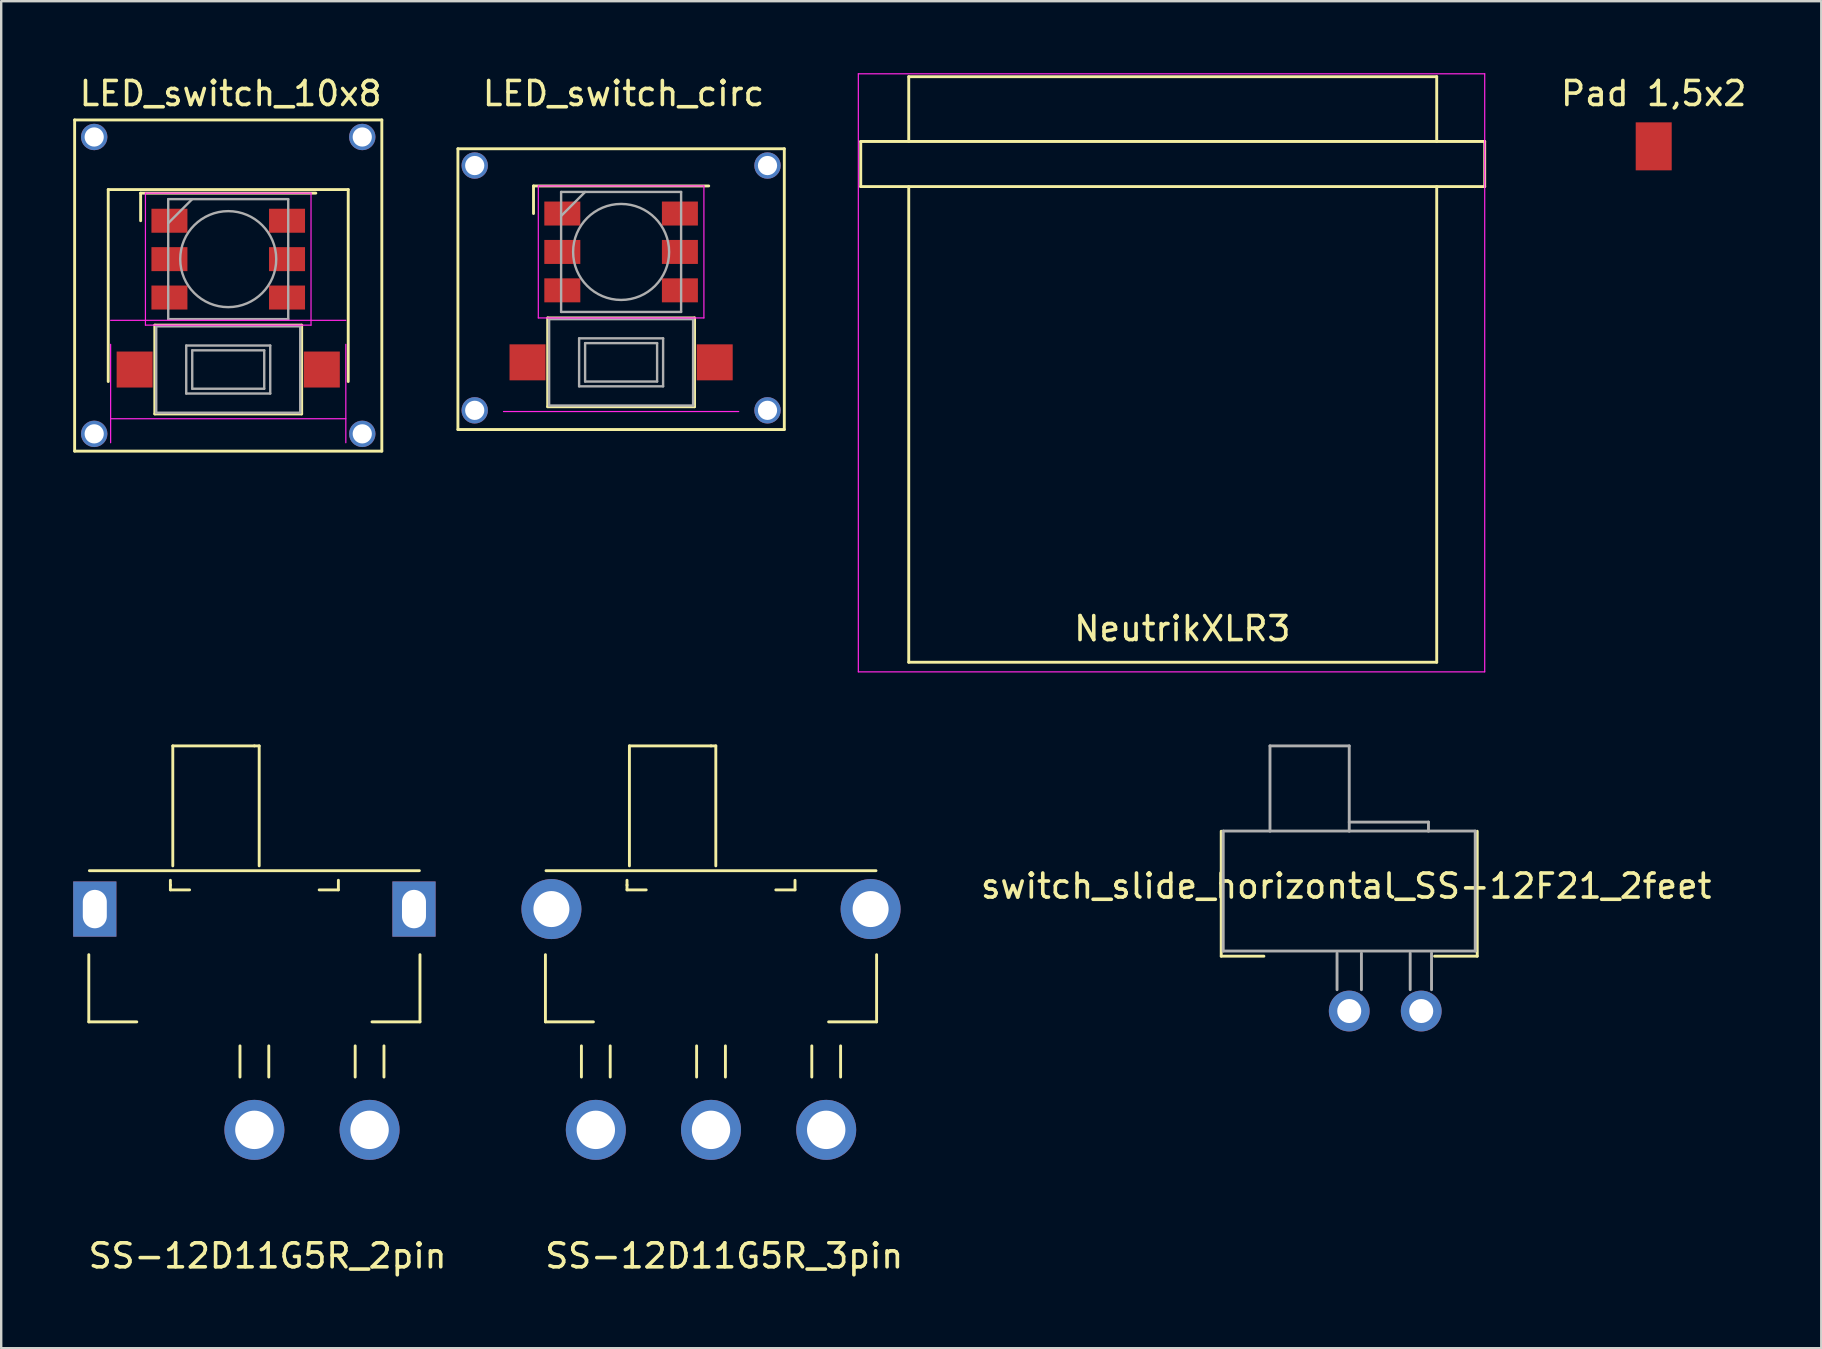
<source format=kicad_pcb>
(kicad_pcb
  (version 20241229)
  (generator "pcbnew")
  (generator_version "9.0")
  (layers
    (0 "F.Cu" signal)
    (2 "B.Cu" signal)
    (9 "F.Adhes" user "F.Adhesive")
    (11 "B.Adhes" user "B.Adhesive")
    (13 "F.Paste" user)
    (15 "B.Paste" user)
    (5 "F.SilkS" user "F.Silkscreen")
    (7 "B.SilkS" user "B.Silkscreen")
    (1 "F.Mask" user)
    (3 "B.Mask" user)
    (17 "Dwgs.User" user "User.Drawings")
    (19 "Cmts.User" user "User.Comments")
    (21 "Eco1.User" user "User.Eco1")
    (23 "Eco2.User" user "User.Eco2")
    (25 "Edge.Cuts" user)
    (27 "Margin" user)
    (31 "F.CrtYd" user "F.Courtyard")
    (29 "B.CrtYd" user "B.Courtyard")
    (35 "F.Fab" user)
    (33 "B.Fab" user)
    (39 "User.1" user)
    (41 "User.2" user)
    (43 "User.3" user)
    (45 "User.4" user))
  (footprint "Pad 1,5x2"
    (layer "F.Cu")
    (at 65.858 3.048)
    (property "Reference" "Pad 1,5x2" (at 0 -2.2 0) (layer "F.SilkS") (effects (font (size 1 1) (thickness 0.15))))
    (attr through_hole)
    (pad "1" smd rect (at 0 0) (size 1.5 2) (layers "F.Cu" "F.Mask" "F.Paste")))
  (footprint "SS-12D11G5R_2pin"
    (layer "F.Cu")
    (at 7.55 44.03)
    (property "Reference" "SS-12D11G5R_2pin" (at 0.55 5.25 0) (layer "F.SilkS") (effects (font (size 1 1) (thickness 0.15))))
    (attr through_hole)
    (fp_line (start -6.9 -7.3) (end -6.9 -4.5) (stroke (width 0.12) (type solid)) (layer "F.SilkS"))
    (fp_line (start -6.9 -4.5) (end -4.9 -4.5) (stroke (width 0.12) (type solid)) (layer "F.SilkS"))
    (fp_line (start -6.875 -10.8) (end 6.875 -10.8) (stroke (width 0.12) (type solid)) (layer "F.SilkS"))
    (fp_line (start -3.5 -10.2) (end -3.5 -10.4) (stroke (width 0.12) (type solid)) (layer "F.SilkS"))
    (fp_line (start -3.5 -10) (end -3.5 -10.2) (stroke (width 0.12) (type solid)) (layer "F.SilkS"))
    (fp_line (start -3.5 -10) (end -2.7 -10) (stroke (width 0.12) (type solid)) (layer "F.SilkS"))
    (fp_line (start -3.4 -16) (end 0 -16) (stroke (width 0.12) (type solid)) (layer "F.SilkS"))
    (fp_line (start -3.4 -11) (end -3.4 -16) (stroke (width 0.12) (type solid)) (layer "F.SilkS"))
    (fp_line (start -0.6 -3.5) (end -0.6 -2.2) (stroke (width 0.12) (type solid)) (layer "F.SilkS"))
    (fp_line (start 0 -16) (end 0.2 -16) (stroke (width 0.12) (type solid)) (layer "F.SilkS"))
    (fp_line (start 0.2 -16) (end 0.2 -11) (stroke (width 0.12) (type solid)) (layer "F.SilkS"))
    (fp_line (start 0.6 -3.5) (end 0.6 -2.2) (stroke (width 0.12) (type solid)) (layer "F.SilkS"))
    (fp_line (start 3.5 -10) (end 2.7 -10) (stroke (width 0.12) (type solid)) (layer "F.SilkS"))
    (fp_line (start 3.5 -10) (end 3.5 -10.4) (stroke (width 0.12) (type solid)) (layer "F.SilkS"))
    (fp_line (start 4.2 -3.5) (end 4.2 -2.2) (stroke (width 0.12) (type solid)) (layer "F.SilkS"))
    (fp_line (start 5.4 -3.5) (end 5.4 -2.2) (stroke (width 0.12) (type solid)) (layer "F.SilkS"))
    (fp_line (start 6.9 -7.3) (end 6.9 -4.5) (stroke (width 0.12) (type solid)) (layer "F.SilkS"))
    (fp_line (start 6.9 -4.5) (end 4.9 -4.5) (stroke (width 0.12) (type solid)) (layer "F.SilkS"))
    (pad "" thru_hole rect (at -6.65 -9.2) (size 1.8 2.3) (drill oval 1 1.6) (layers "*.Cu" "*.Mask"))
    (pad "" thru_hole rect (at 6.65 -9.2) (size 1.8 2.3) (drill oval 1 1.6) (layers "*.Cu" "*.Mask"))
    (pad "1" thru_hole circle (at 0 0) (size 2.5 2.5) (drill 1.6) (layers "*.Cu" "*.Mask"))
    (pad "2" thru_hole circle (at 4.8 0) (size 2.5 2.5) (drill 1.6) (layers "*.Cu" "*.Mask")))
  (footprint "NeutrikXLR3"
    (layer "F.Cu")
    (at 45.816 2.845)
    (property "Reference" "NeutrikXLR3" (at 0.4 20.3 180) (layer "F.SilkS") (effects (font (size 1 1) (thickness 0.15))))
    (attr through_hole)
    (fp_line (start -13 0) (end -13 1.88) (stroke (width 0.12) (type solid)) (layer "F.SilkS"))
    (fp_line (start -13 1.88) (end 13 1.88) (stroke (width 0.12) (type solid)) (layer "F.SilkS"))
    (fp_line (start -11 -2.7) (end -11 0) (stroke (width 0.12) (type solid)) (layer "F.SilkS"))
    (fp_line (start -11 21.7) (end -11 1.88) (stroke (width 0.12) (type solid)) (layer "F.SilkS"))
    (fp_line (start 11 -2.7) (end -11 -2.7) (stroke (width 0.12) (type solid)) (layer "F.SilkS"))
    (fp_line (start 11 0) (end 11 -2.7) (stroke (width 0.12) (type solid)) (layer "F.SilkS"))
    (fp_line (start 11 21.7) (end -11 21.7) (stroke (width 0.12) (type solid)) (layer "F.SilkS"))
    (fp_line (start 11 21.7) (end 11 1.88) (stroke (width 0.12) (type solid)) (layer "F.SilkS"))
    (fp_line (start 13 0) (end -13 0) (stroke (width 0.12) (type solid)) (layer "F.SilkS"))
    (fp_line (start 13 1.88) (end 13 0) (stroke (width 0.12) (type solid)) (layer "F.SilkS"))
    (fp_line (start -13.1 -2.82) (end -13.1 22.1) (stroke (width 0.05) (type solid)) (layer "F.CrtYd"))
    (fp_line (start -13.1 -2.82) (end 13 -2.82) (stroke (width 0.05) (type solid)) (layer "F.CrtYd"))
    (fp_line (start 13 22.1) (end -13.1 22.1) (stroke (width 0.05) (type solid)) (layer "F.CrtYd"))
    (fp_line (start 13 22.1) (end 13 -2.82) (stroke (width 0.05) (type solid)) (layer "F.CrtYd")))
  (footprint "LED_switch_10x8"
    (layer "F.Cu")
    (at 6.46 8.848)
    (property "Reference" "LED_switch_10x8" (at 0.1 -8 0) (layer "F.SilkS") (effects (font (size 1 1) (thickness 0.15))))
    (attr through_hole)
    (fp_line (start -6.4 -6.9) (end 6.4 -6.9) (stroke (width 0.12) (type solid)) (layer "F.SilkS"))
    (fp_line (start -6.4 6.9) (end -6.4 -6.9) (stroke (width 0.12) (type solid)) (layer "F.SilkS"))
    (fp_line (start -5 -4) (end 5 -4) (stroke (width 0.12) (type solid)) (layer "F.SilkS"))
    (fp_line (start -5 4) (end -5 -4) (stroke (width 0.12) (type solid)) (layer "F.SilkS"))
    (fp_line (start -3.65 -3.85) (end 3.65 -3.85) (stroke (width 0.12) (type solid)) (layer "F.SilkS"))
    (fp_line (start -3.65 -2.7) (end -3.65 -3.85) (stroke (width 0.12) (type solid)) (layer "F.SilkS"))
    (fp_line (start -3.06 1.65) (end 3.06 1.65) (stroke (width 0.12) (type solid)) (layer "F.SilkS"))
    (fp_line (start -3.06 5.35) (end -3.06 1.65) (stroke (width 0.12) (type solid)) (layer "F.SilkS"))
    (fp_line (start 3.06 1.65) (end 3.06 5.35) (stroke (width 0.12) (type solid)) (layer "F.SilkS"))
    (fp_line (start 3.06 5.35) (end -3.06 5.35) (stroke (width 0.12) (type solid)) (layer "F.SilkS"))
    (fp_line (start 5 -4) (end 5 4) (stroke (width 0.12) (type solid)) (layer "F.SilkS"))
    (fp_line (start 6.4 -6.9) (end 6.4 6.9) (stroke (width 0.12) (type solid)) (layer "F.SilkS"))
    (fp_line (start 6.4 6.9) (end -6.4 6.9) (stroke (width 0.12) (type solid)) (layer "F.SilkS"))
    (fp_line (start -4.9 1.45) (end 4.9 1.45) (stroke (width 0.05) (type solid)) (layer "F.CrtYd"))
    (fp_line (start -4.9 6.55) (end -4.9 2.45) (stroke (width 0.05) (type solid)) (layer "F.CrtYd"))
    (fp_line (start -3.45 -3.85) (end -3.45 1.65) (stroke (width 0.05) (type solid)) (layer "F.CrtYd"))
    (fp_line (start -3.45 1.65) (end 3.45 1.65) (stroke (width 0.05) (type solid)) (layer "F.CrtYd"))
    (fp_line (start 3.45 -3.85) (end -3.45 -3.85) (stroke (width 0.05) (type solid)) (layer "F.CrtYd"))
    (fp_line (start 3.45 1.65) (end 3.45 -3.85) (stroke (width 0.05) (type solid)) (layer "F.CrtYd"))
    (fp_line (start 4.9 2.45) (end 4.9 6.55) (stroke (width 0.05) (type solid)) (layer "F.CrtYd"))
    (fp_line (start 4.9 5.55) (end -4.9 5.55) (stroke (width 0.05) (type solid)) (layer "F.CrtYd"))
    (fp_line (start -3 1.7) (end -3 5.3) (stroke (width 0.1) (type solid)) (layer "F.Fab"))
    (fp_line (start -3 1.7) (end 3 1.7) (stroke (width 0.1) (type solid)) (layer "F.Fab"))
    (fp_line (start -3 5.3) (end 3 5.3) (stroke (width 0.1) (type solid)) (layer "F.Fab"))
    (fp_line (start -2.5 -3.6) (end 2.5 -3.6) (stroke (width 0.1) (type solid)) (layer "F.Fab"))
    (fp_line (start -2.5 -2.6) (end -1.5 -3.6) (stroke (width 0.1) (type solid)) (layer "F.Fab"))
    (fp_line (start -2.5 1.4) (end -2.5 -3.6) (stroke (width 0.1) (type solid)) (layer "F.Fab"))
    (fp_line (start -1.75 2.5) (end 1.75 2.5) (stroke (width 0.1) (type solid)) (layer "F.Fab"))
    (fp_line (start -1.75 4.5) (end -1.75 2.5) (stroke (width 0.1) (type solid)) (layer "F.Fab"))
    (fp_line (start -1.5 2.7) (end -1.5 4.3) (stroke (width 0.1) (type solid)) (layer "F.Fab"))
    (fp_line (start -1.5 2.7) (end 1.5 2.7) (stroke (width 0.1) (type solid)) (layer "F.Fab"))
    (fp_line (start -1.5 4.3) (end 1.5 4.3) (stroke (width 0.1) (type solid)) (layer "F.Fab"))
    (fp_line (start 1.5 2.7) (end 1.5 4.3) (stroke (width 0.1) (type solid)) (layer "F.Fab"))
    (fp_line (start 1.75 2.5) (end 1.75 4.5) (stroke (width 0.1) (type solid)) (layer "F.Fab"))
    (fp_line (start 1.75 4.5) (end -1.75 4.5) (stroke (width 0.1) (type solid)) (layer "F.Fab"))
    (fp_line (start 2.5 -3.6) (end 2.5 1.4) (stroke (width 0.1) (type solid)) (layer "F.Fab"))
    (fp_line (start 2.5 1.4) (end -2.5 1.4) (stroke (width 0.1) (type solid)) (layer "F.Fab"))
    (fp_line (start 3 1.7) (end 3 5.3) (stroke (width 0.1) (type solid)) (layer "F.Fab"))
    (fp_circle (center 0 -1.1) (end 0 -3.1) (stroke (width 0.1) (type solid)) (fill no) (layer "F.Fab"))
    (pad "" thru_hole circle (at -5.585 -6.19) (size 1.1 1.1) (drill 0.8) (layers "*.Cu" "*.Mask"))
    (pad "" thru_hole circle (at -5.585 6.18) (size 1.1 1.1) (drill 0.8) (layers "*.Cu" "*.Mask"))
    (pad "" thru_hole circle (at 5.585 -6.19) (size 1.1 1.1) (drill 0.8) (layers "*.Cu" "*.Mask"))
    (pad "" thru_hole circle (at 5.585 6.18) (size 1.1 1.1) (drill 0.8) (layers "*.Cu" "*.Mask"))
    (pad "1" smd rect (at -2.45 -2.7) (size 1.5 1) (layers "F.Cu" "F.Mask" "F.Paste"))
    (pad "2" smd rect (at -2.45 -1.1) (size 1.5 1) (layers "F.Cu" "F.Mask" "F.Paste"))
    (pad "3" smd rect (at -2.45 0.5) (size 1.5 1) (layers "F.Cu" "F.Mask" "F.Paste"))
    (pad "4" smd rect (at 2.45 0.5) (size 1.5 1) (layers "F.Cu" "F.Mask" "F.Paste"))
    (pad "5" smd rect (at 2.45 -1.1) (size 1.5 1) (layers "F.Cu" "F.Mask" "F.Paste"))
    (pad "6" smd rect (at 2.45 -2.7) (size 1.5 1) (layers "F.Cu" "F.Mask" "F.Paste"))
    (pad "7" smd rect (at -3.9 3.5) (size 1.5 1.5) (layers "F.Cu" "F.Mask" "F.Paste"))
    (pad "8" smd rect (at 3.9 3.5) (size 1.5 1.5) (layers "F.Cu" "F.Mask" "F.Paste")))
  (footprint "switch_slide_horizontal_SS-12F21_2feet"
    (layer "F.Cu")
    (at 53.171 39.079)
    (property "Reference" "switch_slide_horizontal_SS-12F21_2feet" (at -0.127 -5.207 0) (layer "F.SilkS") (effects (font (size 1 1) (thickness 0.15))))
    (attr through_hole)
    (fp_line (start -5.334 -7.493) (end -5.334 -2.286) (stroke (width 0.12) (type solid)) (layer "F.SilkS"))
    (fp_line (start -5.334 -2.286) (end -3.556 -2.286) (stroke (width 0.12) (type solid)) (layer "F.SilkS"))
    (fp_line (start 5.334 -7.493) (end 5.334 -2.286) (stroke (width 0.12) (type solid)) (layer "F.SilkS"))
    (fp_line (start 5.334 -2.286) (end 3.556 -2.286) (stroke (width 0.12) (type solid)) (layer "F.SilkS"))
    (fp_line (start -5.25 -7.5) (end -5.25 -2.5) (stroke (width 0.12) (type solid)) (layer "F.Fab"))
    (fp_line (start -5.25 -7.5) (end 5.25 -7.5) (stroke (width 0.12) (type solid)) (layer "F.Fab"))
    (fp_line (start -5.25 -2.5) (end 5.25 -2.5) (stroke (width 0.12) (type solid)) (layer "F.Fab"))
    (fp_line (start -3.302 -11.049) (end 0 -11.049) (stroke (width 0.12) (type solid)) (layer "F.Fab"))
    (fp_line (start -3.302 -7.493) (end -3.302 -11.049) (stroke (width 0.12) (type solid)) (layer "F.Fab"))
    (fp_line (start -0.508 -2.413) (end -0.508 -0.889) (stroke (width 0.12) (type solid)) (layer "F.Fab"))
    (fp_line (start 0 -11.049) (end 0 -7.493) (stroke (width 0.12) (type solid)) (layer "F.Fab"))
    (fp_line (start 0.508 -2.413) (end 0.508 -0.889) (stroke (width 0.12) (type solid)) (layer "F.Fab"))
    (fp_line (start 2.54 -2.413) (end 2.54 -0.889) (stroke (width 0.12) (type solid)) (layer "F.Fab"))
    (fp_line (start 3.302 -7.874) (end 0 -7.874) (stroke (width 0.12) (type solid)) (layer "F.Fab"))
    (fp_line (start 3.302 -7.493) (end 3.302 -7.874) (stroke (width 0.12) (type solid)) (layer "F.Fab"))
    (fp_line (start 3.429 -2.413) (end 3.429 -0.889) (stroke (width 0.12) (type solid)) (layer "F.Fab"))
    (fp_line (start 5.25 -7.5) (end 5.25 -2.5) (stroke (width 0.12) (type solid)) (layer "F.Fab"))
    (pad "2" thru_hole circle (at 0 0) (size 1.7 1.7) (drill 1) (layers "*.Cu" "*.Mask"))
    (pad "3" thru_hole circle (at 3 0) (size 1.7 1.7) (drill 1) (layers "*.Cu" "*.Mask")))
  (footprint "SS-12D11G5R_3pin"
    (layer "F.Cu")
    (at 26.577 44.03)
    (property "Reference" "SS-12D11G5R_3pin" (at 0.55 5.25 0) (layer "F.SilkS") (effects (font (size 1 1) (thickness 0.15))))
    (attr through_hole)
    (fp_line (start -6.9 -7.3) (end -6.9 -4.5) (stroke (width 0.12) (type solid)) (layer "F.SilkS"))
    (fp_line (start -6.9 -4.5) (end -4.9 -4.5) (stroke (width 0.12) (type solid)) (layer "F.SilkS"))
    (fp_line (start -6.875 -10.8) (end 6.875 -10.8) (stroke (width 0.12) (type solid)) (layer "F.SilkS"))
    (fp_line (start -5.4 -3.5) (end -5.4 -2.2) (stroke (width 0.12) (type solid)) (layer "F.SilkS"))
    (fp_line (start -4.2 -3.5) (end -4.2 -2.2) (stroke (width 0.12) (type solid)) (layer "F.SilkS"))
    (fp_line (start -3.5 -10.2) (end -3.5 -10.4) (stroke (width 0.12) (type solid)) (layer "F.SilkS"))
    (fp_line (start -3.5 -10) (end -3.5 -10.2) (stroke (width 0.12) (type solid)) (layer "F.SilkS"))
    (fp_line (start -3.5 -10) (end -2.7 -10) (stroke (width 0.12) (type solid)) (layer "F.SilkS"))
    (fp_line (start -3.4 -16) (end 0 -16) (stroke (width 0.12) (type solid)) (layer "F.SilkS"))
    (fp_line (start -3.4 -11) (end -3.4 -16) (stroke (width 0.12) (type solid)) (layer "F.SilkS"))
    (fp_line (start -0.6 -3.5) (end -0.6 -2.2) (stroke (width 0.12) (type solid)) (layer "F.SilkS"))
    (fp_line (start 0 -16) (end 0.2 -16) (stroke (width 0.12) (type solid)) (layer "F.SilkS"))
    (fp_line (start 0.2 -16) (end 0.2 -11) (stroke (width 0.12) (type solid)) (layer "F.SilkS"))
    (fp_line (start 0.6 -3.5) (end 0.6 -2.2) (stroke (width 0.12) (type solid)) (layer "F.SilkS"))
    (fp_line (start 3.5 -10) (end 2.7 -10) (stroke (width 0.12) (type solid)) (layer "F.SilkS"))
    (fp_line (start 3.5 -10) (end 3.5 -10.4) (stroke (width 0.12) (type solid)) (layer "F.SilkS"))
    (fp_line (start 4.2 -3.5) (end 4.2 -2.2) (stroke (width 0.12) (type solid)) (layer "F.SilkS"))
    (fp_line (start 5.4 -3.5) (end 5.4 -2.2) (stroke (width 0.12) (type solid)) (layer "F.SilkS"))
    (fp_line (start 6.9 -7.3) (end 6.9 -4.5) (stroke (width 0.12) (type solid)) (layer "F.SilkS"))
    (fp_line (start 6.9 -4.5) (end 4.9 -4.5) (stroke (width 0.12) (type solid)) (layer "F.SilkS"))
    (pad "" thru_hole circle (at -6.65 -9.2) (size 2.5 2.5) (drill 1.5) (layers "*.Cu" "*.Mask"))
    (pad "" thru_hole circle (at 6.65 -9.2) (size 2.5 2.5) (drill 1.5) (layers "*.Cu" "*.Mask"))
    (pad "1" thru_hole circle (at -4.8 0) (size 2.5 2.5) (drill 1.6) (layers "*.Cu" "*.Mask"))
    (pad "2" thru_hole circle (at 0 0) (size 2.5 2.5) (drill 1.6) (layers "*.Cu" "*.Mask"))
    (pad "3" thru_hole circle (at 4.8 0) (size 2.5 2.5) (drill 1.6) (layers "*.Cu" "*.Mask")))
  (footprint "LED_switch_circ"
    (layer "F.Cu")
    (at 22.831 7.448)
    (property "Reference" "LED_switch_circ" (at 0.1 -6.6 0) (layer "F.SilkS") (effects (font (size 1 1) (thickness 0.15))))
    (attr through_hole)
    (fp_line (start -6.8 -4.3) (end 6.8 -4.3) (stroke (width 0.12) (type solid)) (layer "F.SilkS"))
    (fp_line (start -6.8 7.4) (end -6.8 -4.3) (stroke (width 0.12) (type solid)) (layer "F.SilkS"))
    (fp_line (start -3.65 -2.75) (end 3.65 -2.75) (stroke (width 0.12) (type solid)) (layer "F.SilkS"))
    (fp_line (start -3.65 -1.6) (end -3.65 -2.75) (stroke (width 0.12) (type solid)) (layer "F.SilkS"))
    (fp_line (start -3.06 2.75) (end 3.06 2.75) (stroke (width 0.12) (type solid)) (layer "F.SilkS"))
    (fp_line (start -3.06 6.45) (end -3.06 2.75) (stroke (width 0.12) (type solid)) (layer "F.SilkS"))
    (fp_line (start 3.06 2.75) (end 3.06 6.45) (stroke (width 0.12) (type solid)) (layer "F.SilkS"))
    (fp_line (start 3.06 6.45) (end -3.06 6.45) (stroke (width 0.12) (type solid)) (layer "F.SilkS"))
    (fp_line (start 6.8 -4.3) (end 6.8 7.4) (stroke (width 0.12) (type solid)) (layer "F.SilkS"))
    (fp_line (start 6.8 7.4) (end -6.8 7.4) (stroke (width 0.12) (type solid)) (layer "F.SilkS"))
    (fp_line (start -3.45 -2.75) (end -3.45 2.75) (stroke (width 0.05) (type solid)) (layer "F.CrtYd"))
    (fp_line (start -3.45 2.75) (end 3.45 2.75) (stroke (width 0.05) (type solid)) (layer "F.CrtYd"))
    (fp_line (start 3.45 -2.75) (end -3.45 -2.75) (stroke (width 0.05) (type solid)) (layer "F.CrtYd"))
    (fp_line (start 3.45 2.75) (end 3.45 -2.75) (stroke (width 0.05) (type solid)) (layer "F.CrtYd"))
    (fp_line (start 4.9 6.65) (end -4.9 6.65) (stroke (width 0.05) (type solid)) (layer "F.CrtYd"))
    (fp_line (start -3 2.8) (end -3 6.4) (stroke (width 0.1) (type solid)) (layer "F.Fab"))
    (fp_line (start -3 2.8) (end 3 2.8) (stroke (width 0.1) (type solid)) (layer "F.Fab"))
    (fp_line (start -3 6.4) (end 3 6.4) (stroke (width 0.1) (type solid)) (layer "F.Fab"))
    (fp_line (start -2.5 -2.5) (end 2.5 -2.5) (stroke (width 0.1) (type solid)) (layer "F.Fab"))
    (fp_line (start -2.5 -1.5) (end -1.5 -2.5) (stroke (width 0.1) (type solid)) (layer "F.Fab"))
    (fp_line (start -2.5 2.5) (end -2.5 -2.5) (stroke (width 0.1) (type solid)) (layer "F.Fab"))
    (fp_line (start -1.75 3.6) (end 1.75 3.6) (stroke (width 0.1) (type solid)) (layer "F.Fab"))
    (fp_line (start -1.75 5.6) (end -1.75 3.6) (stroke (width 0.1) (type solid)) (layer "F.Fab"))
    (fp_line (start -1.5 3.8) (end -1.5 5.4) (stroke (width 0.1) (type solid)) (layer "F.Fab"))
    (fp_line (start -1.5 3.8) (end 1.5 3.8) (stroke (width 0.1) (type solid)) (layer "F.Fab"))
    (fp_line (start -1.5 5.4) (end 1.5 5.4) (stroke (width 0.1) (type solid)) (layer "F.Fab"))
    (fp_line (start 1.5 3.8) (end 1.5 5.4) (stroke (width 0.1) (type solid)) (layer "F.Fab"))
    (fp_line (start 1.75 3.6) (end 1.75 5.6) (stroke (width 0.1) (type solid)) (layer "F.Fab"))
    (fp_line (start 1.75 5.6) (end -1.75 5.6) (stroke (width 0.1) (type solid)) (layer "F.Fab"))
    (fp_line (start 2.5 -2.5) (end 2.5 2.5) (stroke (width 0.1) (type solid)) (layer "F.Fab"))
    (fp_line (start 2.5 2.5) (end -2.5 2.5) (stroke (width 0.1) (type solid)) (layer "F.Fab"))
    (fp_line (start 3 2.8) (end 3 6.4) (stroke (width 0.1) (type solid)) (layer "F.Fab"))
    (fp_circle (center 0 0) (end 0 -2) (stroke (width 0.1) (type solid)) (fill no) (layer "F.Fab"))
    (pad "" thru_hole circle (at -6.1 -3.6) (size 1.1 1.1) (drill 0.8) (layers "*.Cu" "*.Mask"))
    (pad "" thru_hole circle (at -6.1 6.6) (size 1.1 1.1) (drill 0.8) (layers "*.Cu" "*.Mask"))
    (pad "" thru_hole circle (at 6.1 -3.6) (size 1.1 1.1) (drill 0.8) (layers "*.Cu" "*.Mask"))
    (pad "" thru_hole circle (at 6.1 6.6) (size 1.1 1.1) (drill 0.8) (layers "*.Cu" "*.Mask"))
    (pad "1" smd rect (at -2.45 -1.6) (size 1.5 1) (layers "F.Cu" "F.Mask" "F.Paste"))
    (pad "2" smd rect (at -2.45 0) (size 1.5 1) (layers "F.Cu" "F.Mask" "F.Paste"))
    (pad "3" smd rect (at -2.45 1.6) (size 1.5 1) (layers "F.Cu" "F.Mask" "F.Paste"))
    (pad "4" smd rect (at 2.45 1.6) (size 1.5 1) (layers "F.Cu" "F.Mask" "F.Paste"))
    (pad "5" smd rect (at 2.45 0) (size 1.5 1) (layers "F.Cu" "F.Mask" "F.Paste"))
    (pad "6" smd rect (at 2.45 -1.6) (size 1.5 1) (layers "F.Cu" "F.Mask" "F.Paste"))
    (pad "7" smd rect (at -3.9 4.6) (size 1.5 1.5) (layers "F.Cu" "F.Mask" "F.Paste"))
    (pad "8" smd rect (at 3.9 4.6) (size 1.5 1.5) (layers "F.Cu" "F.Mask" "F.Paste")))
  (gr_rect
    (start -3 -3)
    (end 72.84 53.128)
    (stroke (width 0.1) (type default))
    (fill no)
    (layer "Edge.Cuts")))
</source>
